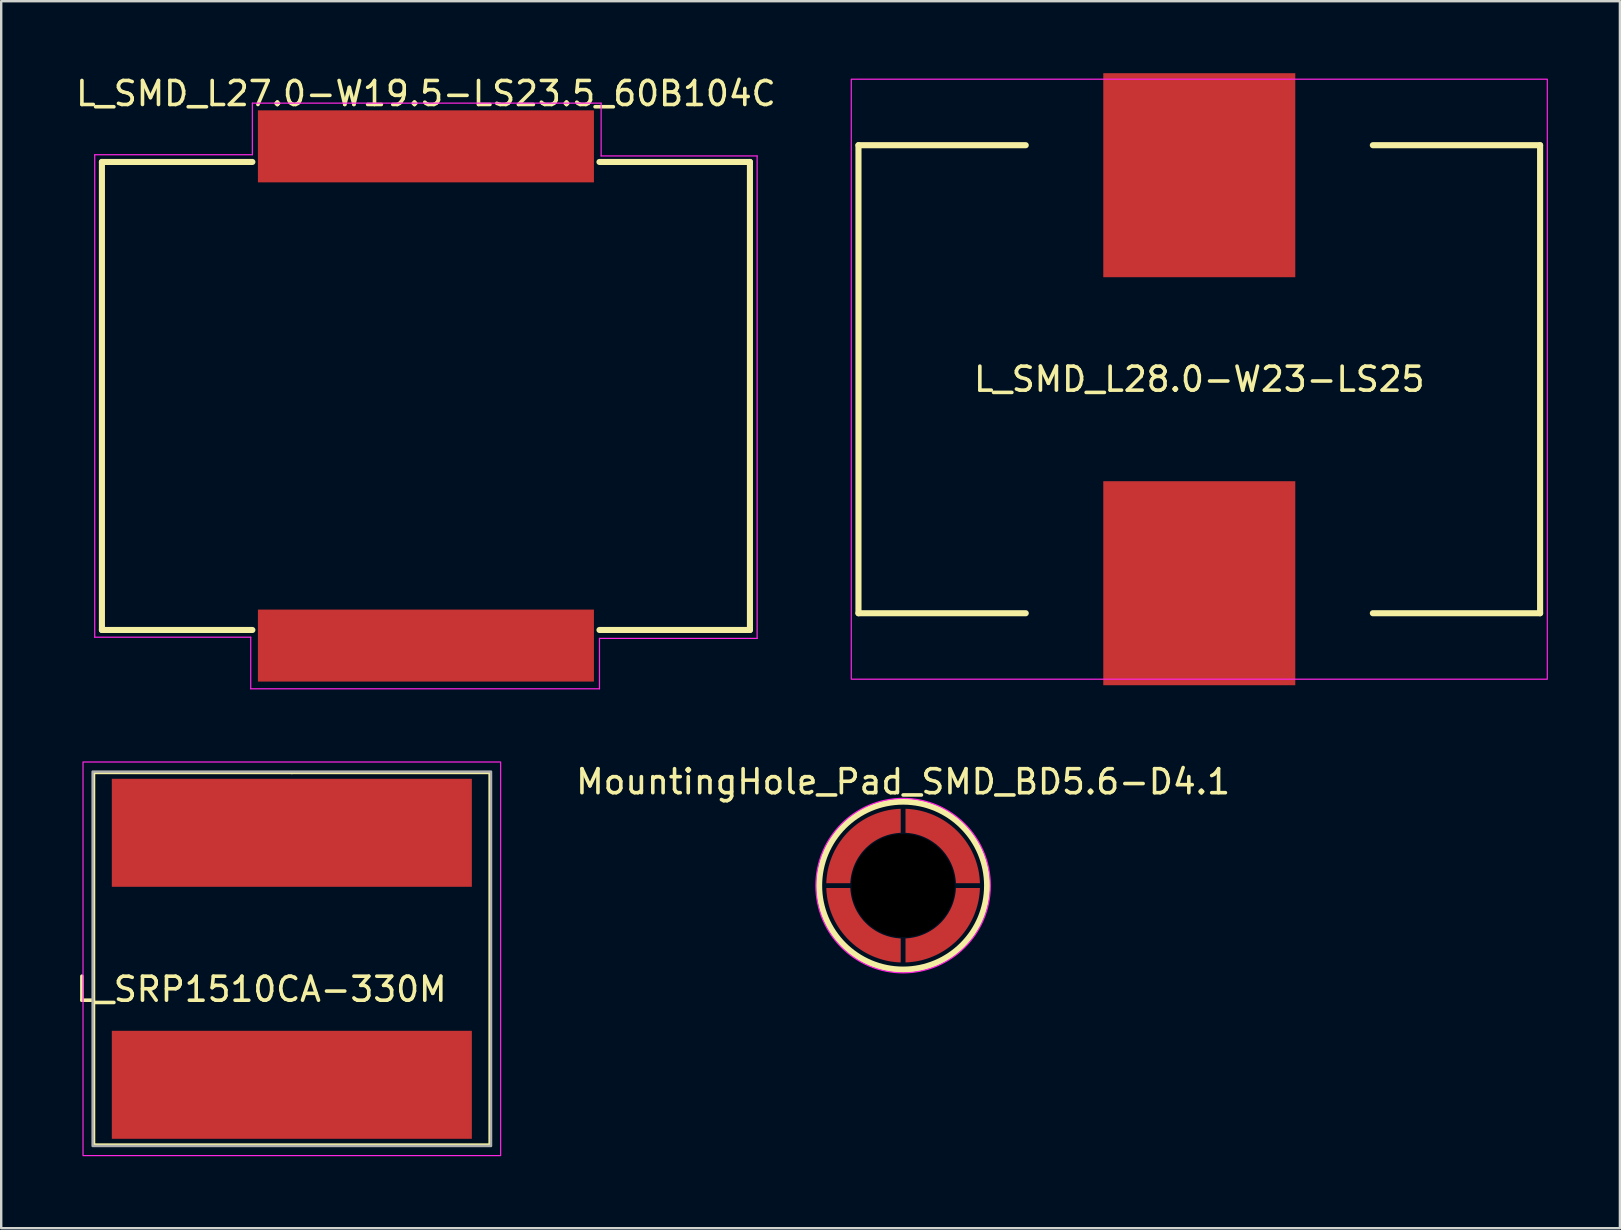
<source format=kicad_pcb>
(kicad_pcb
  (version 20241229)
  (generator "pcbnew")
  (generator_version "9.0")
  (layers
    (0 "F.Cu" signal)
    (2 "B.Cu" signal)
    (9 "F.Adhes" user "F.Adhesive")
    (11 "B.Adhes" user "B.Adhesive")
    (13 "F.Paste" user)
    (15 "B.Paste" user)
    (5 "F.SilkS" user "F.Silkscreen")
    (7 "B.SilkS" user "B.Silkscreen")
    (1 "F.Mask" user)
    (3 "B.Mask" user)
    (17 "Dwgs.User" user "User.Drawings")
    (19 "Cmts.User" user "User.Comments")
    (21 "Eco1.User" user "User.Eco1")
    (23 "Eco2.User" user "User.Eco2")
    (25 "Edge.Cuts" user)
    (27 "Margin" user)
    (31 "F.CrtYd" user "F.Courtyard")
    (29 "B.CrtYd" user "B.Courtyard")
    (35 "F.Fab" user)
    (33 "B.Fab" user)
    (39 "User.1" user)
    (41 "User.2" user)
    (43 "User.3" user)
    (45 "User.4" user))
  (footprint "L_SMD_L27.0-W19.5-LS23.5_60B104C"
    (layer "F.Cu")
    (at 14.696 13.448)
    (property "Reference" "L_SMD_L27.0-W19.5-LS23.5_60B104C" (at 0 -12.6 0) (layer "F.SilkS") (effects (font (size 1 1) (thickness 0.15))))
    (fp_line (start -13.5 -9.75) (end -13.5 9.75) (stroke (width 0.254) (type default)) (layer "F.SilkS"))
    (fp_line (start -13.5 9.75) (end -7.231 9.75) (stroke (width 0.254) (type default)) (layer "F.SilkS"))
    (fp_line (start -7.231 -9.75) (end -13.5 -9.75) (stroke (width 0.254) (type default)) (layer "F.SilkS"))
    (fp_line (start 7.231 9.75) (end 13.5 9.75) (stroke (width 0.254) (type default)) (layer "F.SilkS"))
    (fp_line (start 13.5 -9.75) (end 7.231 -9.75) (stroke (width 0.254) (type default)) (layer "F.SilkS"))
    (fp_line (start 13.5 9.75) (end 13.5 -9.75) (stroke (width 0.254) (type default)) (layer "F.SilkS"))
    (fp_line (start -13.8 -10.05) (end -13.8 10.05) (stroke (width 0.05) (type default)) (layer "F.CrtYd"))
    (fp_line (start -13.8 10.05) (end -7.3 10.05) (stroke (width 0.05) (type default)) (layer "F.CrtYd"))
    (fp_line (start -7.3 12.2) (end -7.3 10.05) (stroke (width 0.05) (type default)) (layer "F.CrtYd"))
    (fp_line (start -7.231 -12.2) (end 7.3 -12.2) (stroke (width 0.05) (type default)) (layer "F.CrtYd"))
    (fp_line (start -7.231 -10.05) (end -13.8 -10.05) (stroke (width 0.05) (type default)) (layer "F.CrtYd"))
    (fp_line (start -7.231 -10.05) (end -7.231 -12.2) (stroke (width 0.05) (type default)) (layer "F.CrtYd"))
    (fp_line (start 7.231 10.1) (end 7.231 12.2) (stroke (width 0.05) (type default)) (layer "F.CrtYd"))
    (fp_line (start 7.231 10.1) (end 13.8 10.1) (stroke (width 0.05) (type default)) (layer "F.CrtYd"))
    (fp_line (start 7.231 12.2) (end -7.3 12.2) (stroke (width 0.05) (type default)) (layer "F.CrtYd"))
    (fp_line (start 7.3 -12.2) (end 7.3 -10) (stroke (width 0.05) (type default)) (layer "F.CrtYd"))
    (fp_line (start 13.8 -10) (end 7.3 -10) (stroke (width 0.05) (type default)) (layer "F.CrtYd"))
    (fp_line (start 13.8 10.1) (end 13.8 -10) (stroke (width 0.05) (type default)) (layer "F.CrtYd"))
    (fp_poly (pts (xy -6.25 -9.25) (xy -6.25 -11.75) (xy 6.25 -11.75) (xy 6.25 -9.25)) (stroke (width 0.1) (type default)) (fill no) (layer "User.1"))
    (fp_poly (pts (xy -6.25 11.75) (xy -6.25 9.25) (xy 6.25 9.25) (xy 6.25 11.75)) (stroke (width 0.1) (type default)) (fill no) (layer "User.1"))
    (fp_line (start -13.5 -9.75) (end 13.5 -9.75) (stroke (width 0.051) (type default)) (layer "User.2"))
    (fp_line (start -13.5 9.75) (end -13.5 -9.75) (stroke (width 0.051) (type default)) (layer "User.2"))
    (fp_line (start 13.5 -9.75) (end 13.5 9.75) (stroke (width 0.051) (type default)) (layer "User.2"))
    (fp_line (start 13.5 9.75) (end -13.5 9.75) (stroke (width 0.051) (type default)) (layer "User.2"))
    (fp_poly (pts (xy 13.555 11.727) (xy 13.523 11.695) (xy 13.477 11.695) (xy 13.445 11.727) (xy 13.445 11.773) (xy 13.477 11.805) (xy 13.523 11.805) (xy 13.555 11.773)) (stroke (width 0.1) (type default)) (fill no) (layer "User.3"))
    (pad "1" smd rect (at 0 10.4 90) (size 3 14) (layers "F.Cu" "F.Mask" "F.Paste"))
    (pad "2" smd rect (at 0 -10.4 90) (size 3 14) (layers "F.Cu" "F.Mask" "F.Paste")))
  (footprint "L_SMD_L28.0-W23-LS25"
    (layer "F.Cu")
    (at 46.918 12.75)
    (property "Reference" "L_SMD_L28.0-W23-LS25" (at 0 0 0) (layer "F.SilkS") (effects (font (size 1 1) (thickness 0.15))))
    (fp_line (start -14.2 -9.75) (end -14.2 9.75) (stroke (width 0.254) (type default)) (layer "F.SilkS"))
    (fp_line (start -14.2 9.75) (end -7.231 9.75) (stroke (width 0.254) (type default)) (layer "F.SilkS"))
    (fp_line (start -7.231 -9.75) (end -14.2 -9.75) (stroke (width 0.254) (type default)) (layer "F.SilkS"))
    (fp_line (start 7.231 9.75) (end 14.2 9.75) (stroke (width 0.254) (type default)) (layer "F.SilkS"))
    (fp_line (start 14.2 -9.75) (end 7.231 -9.75) (stroke (width 0.254) (type default)) (layer "F.SilkS"))
    (fp_line (start 14.2 9.75) (end 14.2 -9.75) (stroke (width 0.254) (type default)) (layer "F.SilkS"))
    (fp_rect (start -14.5 -12.5) (end 14.5 12.5) (stroke (width 0.05) (type solid)) (fill no) (layer "F.CrtYd"))
    (fp_line (start -13.5 -9.75) (end 13.5 -9.75) (stroke (width 0.051) (type default)) (layer "User.2"))
    (fp_line (start -13.5 9.75) (end -13.5 -9.75) (stroke (width 0.051) (type default)) (layer "User.2"))
    (fp_line (start 13.5 -9.75) (end 13.5 9.75) (stroke (width 0.051) (type default)) (layer "User.2"))
    (fp_line (start 13.5 9.75) (end -13.5 9.75) (stroke (width 0.051) (type default)) (layer "User.2"))
    (fp_poly (pts (xy 13.555 11.727) (xy 13.523 11.695) (xy 13.477 11.695) (xy 13.445 11.727) (xy 13.445 11.773) (xy 13.477 11.805) (xy 13.523 11.805) (xy 13.555 11.773)) (stroke (width 0.1) (type default)) (fill no) (layer "User.3"))
    (pad "1" smd rect (at 0 8.5) (size 8 8.5) (layers "F.Cu" "F.Mask" "F.Paste"))
    (pad "2" smd rect (at 0 -8.5) (size 8 8.5) (layers "F.Cu" "F.Mask" "F.Paste")))
  (footprint "L_SRP1510CA-330M"
    (layer "F.Cu")
    (at 9.109 36.898)
    (property "Reference" "L_SRP1510CA-330M" (at -1.27 1.27 0) (layer "F.SilkS") (effects (font (size 1 1) (thickness 0.15))))
    (attr smd)
    (fp_line (start -8.25 -7.75) (end -8.25 7.75) (stroke (width 0.12) (type solid)) (layer "F.SilkS"))
    (fp_line (start -8.25 7.75) (end 8.25 7.75) (stroke (width 0.12) (type solid)) (layer "F.SilkS"))
    (fp_line (start 0 -7.75) (end -8.25 -7.75) (stroke (width 0.12) (type solid)) (layer "F.SilkS"))
    (fp_line (start 8.25 -7.75) (end 0 -7.75) (stroke (width 0.12) (type solid)) (layer "F.SilkS"))
    (fp_line (start 8.25 7.75) (end 8.25 -7.75) (stroke (width 0.12) (type solid)) (layer "F.SilkS"))
    (fp_rect (start -8.7 -8.2) (end 8.7 8.2) (stroke (width 0.05) (type solid)) (fill no) (layer "F.CrtYd"))
    (fp_rect (start -8.3 -7.8) (end 8.3 7.8) (stroke (width 0.1) (type solid)) (fill no) (layer "F.Fab"))
    (pad "1" smd rect (at 0 -5.25) (size 15 4.5) (layers "F.Cu" "F.Mask" "F.Paste"))
    (pad "2" smd rect (at 0 5.25) (size 15 4.5) (layers "F.Cu" "F.Mask" "F.Paste")))
  (footprint "MountingHole_Pad_SMD_BD5.6-D4.1"
    (layer "F.Cu")
    (at 34.578 33.849)
    (property "Reference" "MountingHole_Pad_SMD_BD5.6-D4.1" (at 0 -4.327 0) (layer "F.SilkS") (effects (font (size 1 1) (thickness 0.15))))
    (fp_circle (center 0 0) (end 3.5 0) (stroke (width 0.254) (type default)) (fill no) (layer "F.SilkS"))
    (fp_circle (center 0 0) (end 1.025 0) (stroke (width 2.05) (type default)) (fill no) (layer "Dwgs.User"))
    (fp_circle (center -0.000001 -0.000001) (end 1.723 -3.2) (stroke (width 0.05) (type default)) (fill no) (layer "F.CrtYd"))
    (fp_poly (pts (xy -3.19 -0.15) (xy -3.18 -0.3) (xy -3.15 -0.53) (xy -3.12 -0.68) (xy -3.03 -1) (xy -2.87 -1.41) (xy -2.65 -1.8) (xy -2.37 -2.14) (xy -2.01 -2.5) (xy -1.59 -2.77) (xy -1.37 -2.88) (xy -1.09 -3) (xy -0.54 -3.15) (xy -0.15 -3.19) (xy -0.15 -2.39) (xy -0.48 -2.34) (xy -0.96 -2.21) (xy -1.18 -2.07) (xy -1.52 -1.85) (xy -1.86 -1.53) (xy -2.12 -1.11) (xy -2.24 -0.85) (xy -2.36 -0.45) (xy -2.39 -0.15)) (stroke (width 0.1) (type default)) (fill no) (layer "User.1"))
    (fp_poly (pts (xy -0.15 3.19) (xy -0.3 3.18) (xy -0.53 3.15) (xy -0.68 3.12) (xy -1 3.03) (xy -1.41 2.87) (xy -1.8 2.65) (xy -2.14 2.37) (xy -2.5 2.01) (xy -2.77 1.59) (xy -2.88 1.37) (xy -3 1.09) (xy -3.15 0.54) (xy -3.19 0.15) (xy -2.39 0.15) (xy -2.34 0.48) (xy -2.21 0.96) (xy -2.07 1.18) (xy -1.85 1.52) (xy -1.53 1.86) (xy -1.11 2.12) (xy -0.85 2.24) (xy -0.45 2.36) (xy -0.15 2.39)) (stroke (width 0.1) (type default)) (fill no) (layer "User.1"))
    (fp_poly (pts (xy 0.15 -3.19) (xy 0.3 -3.18) (xy 0.53 -3.15) (xy 0.68 -3.12) (xy 1 -3.03) (xy 1.41 -2.87) (xy 1.8 -2.65) (xy 2.14 -2.37) (xy 2.5 -2.01) (xy 2.77 -1.59) (xy 2.88 -1.37) (xy 3 -1.09) (xy 3.15 -0.54) (xy 3.19 -0.15) (xy 2.39 -0.15) (xy 2.34 -0.48) (xy 2.21 -0.96) (xy 2.07 -1.18) (xy 1.85 -1.52) (xy 1.53 -1.86) (xy 1.11 -2.12) (xy 0.85 -2.24) (xy 0.45 -2.36) (xy 0.15 -2.39)) (stroke (width 0.1) (type default)) (fill no) (layer "User.1"))
    (fp_poly (pts (xy 3.19 0.15) (xy 3.18 0.3) (xy 3.15 0.53) (xy 3.12 0.68) (xy 3.03 1) (xy 2.87 1.41) (xy 2.65 1.8) (xy 2.37 2.14) (xy 2.01 2.5) (xy 1.59 2.77) (xy 1.37 2.88) (xy 1.09 3) (xy 0.54 3.15) (xy 0.15 3.19) (xy 0.15 2.39) (xy 0.48 2.34) (xy 0.96 2.21) (xy 1.18 2.07) (xy 1.52 1.85) (xy 1.86 1.53) (xy 2.12 1.11) (xy 2.24 0.85) (xy 2.36 0.45) (xy 2.39 0.15)) (stroke (width 0.1) (type default)) (fill no) (layer "User.1"))
    (fp_arc (start -2.78 0) (mid -1.965757 -1.965757) (end 0 -2.78) (stroke (width 0.051) (type default)) (layer "User.2"))
    (fp_arc (start 0 -2.78) (mid 1.965757 -1.965757) (end 2.78 0) (stroke (width 0.051) (type default)) (layer "User.2"))
    (fp_arc (start 0 2.78) (mid -1.965757 1.965757) (end -2.78 0) (stroke (width 0.051) (type default)) (layer "User.2"))
    (fp_arc (start 2.78 0) (mid 1.965757 1.965757) (end 0 2.78) (stroke (width 0.051) (type default)) (layer "User.2"))
    (fp_poly (pts (xy 3.245 -3.213) (xy 3.213 -3.245) (xy 3.167 -3.245) (xy 3.135 -3.213) (xy 3.135 -3.167) (xy 3.167 -3.135) (xy 3.213 -3.135) (xy 3.245 -3.167)) (stroke (width 0.1) (type default)) (fill no) (layer "User.3"))
    (pad "" np_thru_hole circle (at 0 0 180) (size 4.3 4.3) (drill 4.3) (layers "*.Mask"))
    (pad "1" smd custom (at -2.102 -1.65) (size 0.000001 0.000001) (layers "F.Cu" "F.Mask" "F.Paste") (options (anchor circle)) (primitives (gr_poly (pts (xy 2.002 -1.55) (xy 2.002 -0.55) (xy 1.934 -0.546) (xy 1.867 -0.54) (xy 1.799 -0.531) (xy 1.732 -0.521) (xy 1.665 -0.509) (xy 1.599 -0.494) (xy 1.533 -0.478) (xy 1.468 -0.46) (xy 1.403 -0.439) (xy 1.339 -0.416) (xy 1.276 -0.392) (xy 1.213 -0.365) (xy 1.151 -0.337) (xy 1.091 -0.307) (xy 1.03 -0.275) (xy 0.972 -0.241) (xy 0.914 -0.205) (xy 0.858 -0.168) (xy 0.802 -0.129) (xy 0.748 -0.087) (xy 0.695 -0.045) (xy 0.643 -0.001) (xy 0.593 0.045) (xy 0.544 0.092) (xy 0.497 0.141) (xy 0.451 0.191) (xy 0.407 0.242) (xy 0.364 0.295) (xy 0.324 0.35) (xy 0.284 0.406) (xy 0.247 0.462) (xy 0.211 0.519) (xy 0.177 0.579) (xy 0.145 0.638) (xy 0.115 0.699) (xy 0.086 0.761) (xy 0.06 0.824) (xy 0.035 0.887) (xy 0.013 0.951) (xy -0.007 1.016) (xy -0.026 1.081) (xy -0.043 1.147) (xy -0.057 1.213) (xy -0.069 1.28) (xy -0.08 1.347) (xy -0.088 1.415) (xy -0.094 1.482) (xy -0.098 1.55) (xy -1.098 1.55) (xy -1.095 1.468) (xy -1.089 1.387) (xy -1.081 1.305) (xy -1.071 1.224) (xy -1.06 1.143) (xy -1.046 1.062) (xy -1.03 0.982) (xy -1.012 0.902) (xy -0.991 0.823) (xy -0.969 0.744) (xy -0.945 0.665) (xy -0.918 0.588) (xy -0.89 0.511) (xy -0.861 0.435) (xy -0.829 0.36) (xy -0.794 0.285) (xy -0.759 0.211) (xy -0.721 0.139) (xy -0.681 0.068) (xy -0.64 -0.004) (xy -0.597 -0.073) (xy -0.552 -0.141) (xy -0.505 -0.208) (xy -0.457 -0.275) (xy -0.407 -0.34) (xy -0.355 -0.403) (xy -0.302 -0.465) (xy -0.247 -0.526) (xy -0.191 -0.585) (xy -0.133 -0.643) (xy -0.074 -0.7) (xy -0.013 -0.754) (xy 0.049 -0.807) (xy 0.113 -0.859) (xy 0.177 -0.909) (xy 0.243 -0.958) (xy 0.31 -1.004) (xy 0.379 -1.049) (xy 0.449 -1.092) (xy 0.519 -1.133) (xy 0.591 -1.173) (xy 0.663 -1.211) (xy 0.738 -1.246) (xy 0.812 -1.28) (xy 0.887 -1.312) (xy 0.964 -1.343) (xy 1.04 -1.371) (xy 1.117 -1.397) (xy 1.196 -1.421) (xy 1.274 -1.443) (xy 1.354 -1.464) (xy 1.434 -1.482) (xy 1.514 -1.498) (xy 1.595 -1.512) (xy 1.676 -1.523) (xy 1.757 -1.533) (xy 1.839 -1.541) (xy 1.92 -1.546)) (width 0) (fill yes))))
    (pad "1" smd custom (at -1.65 2.102) (size 0.000001 0.000001) (layers "F.Cu" "F.Mask" "F.Paste") (options (anchor circle)) (primitives (gr_poly (pts (xy -1.55 -2.002) (xy -0.55 -2.002) (xy -0.546 -1.934) (xy -0.54 -1.867) (xy -0.531 -1.799) (xy -0.521 -1.732) (xy -0.509 -1.665) (xy -0.494 -1.599) (xy -0.478 -1.533) (xy -0.46 -1.468) (xy -0.439 -1.403) (xy -0.416 -1.339) (xy -0.392 -1.276) (xy -0.365 -1.213) (xy -0.337 -1.151) (xy -0.307 -1.091) (xy -0.275 -1.03) (xy -0.241 -0.972) (xy -0.205 -0.914) (xy -0.168 -0.858) (xy -0.129 -0.802) (xy -0.087 -0.748) (xy -0.045 -0.695) (xy -0.001 -0.643) (xy 0.045 -0.593) (xy 0.092 -0.544) (xy 0.141 -0.497) (xy 0.191 -0.451) (xy 0.242 -0.407) (xy 0.295 -0.364) (xy 0.35 -0.324) (xy 0.406 -0.284) (xy 0.462 -0.247) (xy 0.519 -0.211) (xy 0.579 -0.177) (xy 0.638 -0.145) (xy 0.699 -0.115) (xy 0.761 -0.086) (xy 0.824 -0.06) (xy 0.887 -0.035) (xy 0.951 -0.013) (xy 1.016 0.007) (xy 1.081 0.026) (xy 1.147 0.043) (xy 1.213 0.057) (xy 1.28 0.069) (xy 1.347 0.08) (xy 1.415 0.088) (xy 1.482 0.094) (xy 1.55 0.098) (xy 1.55 1.098) (xy 1.468 1.095) (xy 1.387 1.089) (xy 1.305 1.081) (xy 1.224 1.071) (xy 1.143 1.06) (xy 1.062 1.046) (xy 0.982 1.03) (xy 0.902 1.012) (xy 0.823 0.991) (xy 0.744 0.969) (xy 0.665 0.945) (xy 0.588 0.918) (xy 0.511 0.89) (xy 0.435 0.861) (xy 0.36 0.829) (xy 0.285 0.794) (xy 0.211 0.759) (xy 0.139 0.721) (xy 0.068 0.681) (xy -0.004 0.64) (xy -0.073 0.597) (xy -0.141 0.552) (xy -0.208 0.505) (xy -0.275 0.457) (xy -0.34 0.407) (xy -0.403 0.355) (xy -0.465 0.302) (xy -0.526 0.247) (xy -0.585 0.191) (xy -0.643 0.133) (xy -0.7 0.074) (xy -0.754 0.013) (xy -0.807 -0.049) (xy -0.859 -0.113) (xy -0.909 -0.177) (xy -0.958 -0.243) (xy -1.004 -0.31) (xy -1.049 -0.379) (xy -1.092 -0.449) (xy -1.133 -0.519) (xy -1.173 -0.591) (xy -1.211 -0.663) (xy -1.246 -0.738) (xy -1.28 -0.812) (xy -1.312 -0.887) (xy -1.343 -0.964) (xy -1.371 -1.04) (xy -1.397 -1.117) (xy -1.421 -1.196) (xy -1.443 -1.274) (xy -1.464 -1.354) (xy -1.482 -1.434) (xy -1.498 -1.514) (xy -1.512 -1.595) (xy -1.523 -1.676) (xy -1.533 -1.757) (xy -1.541 -1.839) (xy -1.546 -1.92)) (width 0) (fill yes))))
    (pad "1" smd custom (at 1.65 -2.102) (size 0.000001 0.000001) (layers "F.Cu" "F.Mask" "F.Paste") (options (anchor circle)) (primitives (gr_poly (pts (xy 1.55 2.002) (xy 0.55 2.002) (xy 0.546 1.934) (xy 0.54 1.867) (xy 0.531 1.799) (xy 0.521 1.732) (xy 0.509 1.665) (xy 0.494 1.599) (xy 0.478 1.533) (xy 0.46 1.468) (xy 0.439 1.403) (xy 0.416 1.339) (xy 0.392 1.276) (xy 0.365 1.213) (xy 0.337 1.151) (xy 0.307 1.091) (xy 0.275 1.03) (xy 0.241 0.972) (xy 0.205 0.914) (xy 0.168 0.858) (xy 0.129 0.802) (xy 0.087 0.748) (xy 0.045 0.695) (xy 0.001 0.643) (xy -0.045 0.593) (xy -0.092 0.544) (xy -0.141 0.497) (xy -0.191 0.451) (xy -0.242 0.407) (xy -0.295 0.364) (xy -0.35 0.324) (xy -0.406 0.284) (xy -0.462 0.247) (xy -0.519 0.211) (xy -0.579 0.177) (xy -0.638 0.145) (xy -0.699 0.115) (xy -0.761 0.086) (xy -0.824 0.06) (xy -0.887 0.035) (xy -0.951 0.013) (xy -1.016 -0.007) (xy -1.081 -0.026) (xy -1.147 -0.043) (xy -1.213 -0.057) (xy -1.28 -0.069) (xy -1.347 -0.08) (xy -1.415 -0.088) (xy -1.482 -0.094) (xy -1.55 -0.098) (xy -1.55 -1.098) (xy -1.468 -1.095) (xy -1.387 -1.089) (xy -1.305 -1.081) (xy -1.224 -1.071) (xy -1.143 -1.06) (xy -1.062 -1.046) (xy -0.982 -1.03) (xy -0.902 -1.012) (xy -0.823 -0.991) (xy -0.744 -0.969) (xy -0.665 -0.945) (xy -0.588 -0.918) (xy -0.511 -0.89) (xy -0.435 -0.861) (xy -0.36 -0.829) (xy -0.285 -0.794) (xy -0.211 -0.759) (xy -0.139 -0.721) (xy -0.068 -0.681) (xy 0.004 -0.64) (xy 0.073 -0.597) (xy 0.141 -0.552) (xy 0.208 -0.505) (xy 0.275 -0.457) (xy 0.34 -0.407) (xy 0.403 -0.355) (xy 0.465 -0.302) (xy 0.526 -0.247) (xy 0.585 -0.191) (xy 0.643 -0.133) (xy 0.7 -0.074) (xy 0.754 -0.013) (xy 0.807 0.049) (xy 0.859 0.113) (xy 0.909 0.177) (xy 0.958 0.243) (xy 1.004 0.31) (xy 1.049 0.379) (xy 1.092 0.449) (xy 1.133 0.519) (xy 1.173 0.591) (xy 1.211 0.663) (xy 1.246 0.738) (xy 1.28 0.812) (xy 1.312 0.887) (xy 1.343 0.964) (xy 1.371 1.04) (xy 1.397 1.117) (xy 1.421 1.196) (xy 1.443 1.274) (xy 1.464 1.354) (xy 1.482 1.434) (xy 1.498 1.514) (xy 1.512 1.595) (xy 1.523 1.676) (xy 1.533 1.757) (xy 1.541 1.839) (xy 1.546 1.92)) (width 0) (fill yes))))
    (pad "1" smd custom (at 2.102 1.65) (size 0.000001 0.000001) (layers "F.Cu" "F.Mask" "F.Paste") (options (anchor circle)) (primitives (gr_poly (pts (xy -2.002 1.55) (xy -2.002 0.55) (xy -1.934 0.546) (xy -1.867 0.54) (xy -1.799 0.531) (xy -1.732 0.521) (xy -1.665 0.509) (xy -1.599 0.494) (xy -1.533 0.478) (xy -1.468 0.46) (xy -1.403 0.439) (xy -1.339 0.416) (xy -1.276 0.392) (xy -1.213 0.365) (xy -1.151 0.337) (xy -1.091 0.307) (xy -1.03 0.275) (xy -0.972 0.241) (xy -0.914 0.205) (xy -0.858 0.168) (xy -0.802 0.129) (xy -0.748 0.087) (xy -0.695 0.045) (xy -0.643 0.001) (xy -0.593 -0.045) (xy -0.544 -0.092) (xy -0.497 -0.141) (xy -0.451 -0.191) (xy -0.407 -0.242) (xy -0.364 -0.295) (xy -0.324 -0.35) (xy -0.284 -0.406) (xy -0.247 -0.462) (xy -0.211 -0.519) (xy -0.177 -0.579) (xy -0.145 -0.638) (xy -0.115 -0.699) (xy -0.086 -0.761) (xy -0.06 -0.824) (xy -0.035 -0.887) (xy -0.013 -0.951) (xy 0.007 -1.016) (xy 0.026 -1.081) (xy 0.043 -1.147) (xy 0.057 -1.213) (xy 0.069 -1.28) (xy 0.08 -1.347) (xy 0.088 -1.415) (xy 0.094 -1.482) (xy 0.098 -1.55) (xy 1.098 -1.55) (xy 1.095 -1.468) (xy 1.089 -1.387) (xy 1.081 -1.305) (xy 1.071 -1.224) (xy 1.06 -1.143) (xy 1.046 -1.062) (xy 1.03 -0.982) (xy 1.012 -0.902) (xy 0.991 -0.823) (xy 0.969 -0.744) (xy 0.945 -0.665) (xy 0.918 -0.588) (xy 0.89 -0.511) (xy 0.861 -0.435) (xy 0.829 -0.36) (xy 0.794 -0.285) (xy 0.759 -0.211) (xy 0.721 -0.139) (xy 0.681 -0.068) (xy 0.64 0.004) (xy 0.597 0.073) (xy 0.552 0.141) (xy 0.505 0.208) (xy 0.457 0.275) (xy 0.407 0.34) (xy 0.355 0.403) (xy 0.302 0.465) (xy 0.247 0.526) (xy 0.191 0.585) (xy 0.133 0.643) (xy 0.074 0.7) (xy 0.013 0.754) (xy -0.049 0.807) (xy -0.113 0.859) (xy -0.177 0.909) (xy -0.243 0.958) (xy -0.31 1.004) (xy -0.379 1.049) (xy -0.449 1.092) (xy -0.519 1.133) (xy -0.591 1.173) (xy -0.663 1.211) (xy -0.738 1.246) (xy -0.812 1.28) (xy -0.887 1.312) (xy -0.964 1.343) (xy -1.04 1.371) (xy -1.117 1.397) (xy -1.196 1.421) (xy -1.274 1.443) (xy -1.354 1.464) (xy -1.434 1.482) (xy -1.514 1.498) (xy -1.595 1.512) (xy -1.676 1.523) (xy -1.757 1.533) (xy -1.839 1.541) (xy -1.92 1.546)) (width 0) (fill yes)))))
  (gr_rect
    (start -3 -3)
    (end 64.443 48.123)
    (stroke (width 0.1) (type default))
    (fill no)
    (layer "Edge.Cuts")))
</source>
